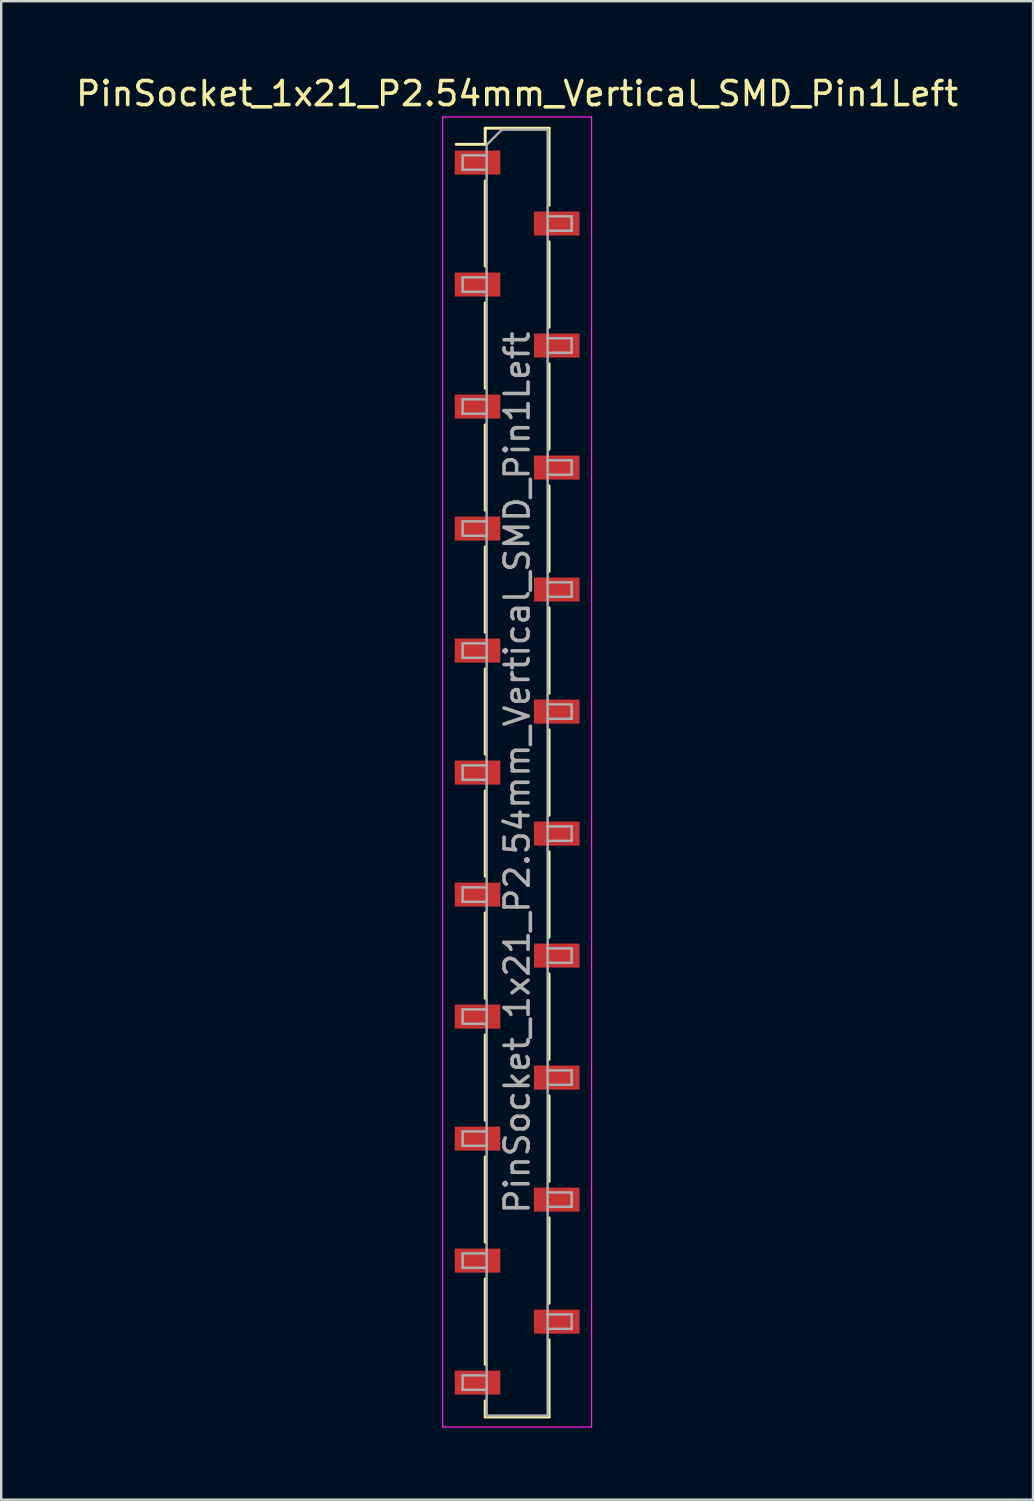
<source format=kicad_pcb>
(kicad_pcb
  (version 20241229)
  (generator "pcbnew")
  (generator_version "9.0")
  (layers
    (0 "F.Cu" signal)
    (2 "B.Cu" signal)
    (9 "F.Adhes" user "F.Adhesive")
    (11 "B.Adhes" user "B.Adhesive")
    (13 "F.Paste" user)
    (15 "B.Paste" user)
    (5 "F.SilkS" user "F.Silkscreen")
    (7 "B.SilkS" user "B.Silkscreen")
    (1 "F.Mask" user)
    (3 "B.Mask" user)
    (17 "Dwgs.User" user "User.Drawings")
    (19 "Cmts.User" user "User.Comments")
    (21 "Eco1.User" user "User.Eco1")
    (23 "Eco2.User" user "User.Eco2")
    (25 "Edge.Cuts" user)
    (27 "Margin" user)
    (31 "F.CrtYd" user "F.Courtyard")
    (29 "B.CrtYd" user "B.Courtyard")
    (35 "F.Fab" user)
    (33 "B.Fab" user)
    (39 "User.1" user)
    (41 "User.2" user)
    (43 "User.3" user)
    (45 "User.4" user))
  (footprint "PinSocket_1x21_P2.54mm_Vertical_SMD_Pin1Left"
    (layer "F.Cu")
    (at 18.482 29.118)
    (property "Reference" "PinSocket_1x21_P2.54mm_Vertical_SMD_Pin1Left" (at 0 -28.27 0) (layer "F.SilkS") (effects (font (size 1 1) (thickness 0.15))))
    (attr smd)
    (fp_line (start -2.54 -26.16) (end -1.33 -26.16) (stroke (width 0.12) (type solid)) (layer "F.SilkS"))
    (fp_line (start -1.33 -26.83) (end -1.33 -26.16) (stroke (width 0.12) (type solid)) (layer "F.SilkS"))
    (fp_line (start -1.33 -26.83) (end 1.33 -26.83) (stroke (width 0.12) (type solid)) (layer "F.SilkS"))
    (fp_line (start -1.33 -24.64) (end -1.33 -21.08) (stroke (width 0.12) (type solid)) (layer "F.SilkS"))
    (fp_line (start -1.33 -19.56) (end -1.33 -16) (stroke (width 0.12) (type solid)) (layer "F.SilkS"))
    (fp_line (start -1.33 -14.48) (end -1.33 -10.92) (stroke (width 0.12) (type solid)) (layer "F.SilkS"))
    (fp_line (start -1.33 -9.4) (end -1.33 -5.84) (stroke (width 0.12) (type solid)) (layer "F.SilkS"))
    (fp_line (start -1.33 -4.32) (end -1.33 -0.76) (stroke (width 0.12) (type solid)) (layer "F.SilkS"))
    (fp_line (start -1.33 0.76) (end -1.33 4.32) (stroke (width 0.12) (type solid)) (layer "F.SilkS"))
    (fp_line (start -1.33 5.84) (end -1.33 9.4) (stroke (width 0.12) (type solid)) (layer "F.SilkS"))
    (fp_line (start -1.33 10.92) (end -1.33 14.48) (stroke (width 0.12) (type solid)) (layer "F.SilkS"))
    (fp_line (start -1.33 16) (end -1.33 19.56) (stroke (width 0.12) (type solid)) (layer "F.SilkS"))
    (fp_line (start -1.33 21.08) (end -1.33 24.64) (stroke (width 0.12) (type solid)) (layer "F.SilkS"))
    (fp_line (start -1.33 26.16) (end -1.33 26.83) (stroke (width 0.12) (type solid)) (layer "F.SilkS"))
    (fp_line (start -1.33 26.83) (end 1.33 26.83) (stroke (width 0.12) (type solid)) (layer "F.SilkS"))
    (fp_line (start 1.33 -26.83) (end 1.33 -23.62) (stroke (width 0.12) (type solid)) (layer "F.SilkS"))
    (fp_line (start 1.33 -22.1) (end 1.33 -18.54) (stroke (width 0.12) (type solid)) (layer "F.SilkS"))
    (fp_line (start 1.33 -17.02) (end 1.33 -13.46) (stroke (width 0.12) (type solid)) (layer "F.SilkS"))
    (fp_line (start 1.33 -11.94) (end 1.33 -8.38) (stroke (width 0.12) (type solid)) (layer "F.SilkS"))
    (fp_line (start 1.33 -6.86) (end 1.33 -3.3) (stroke (width 0.12) (type solid)) (layer "F.SilkS"))
    (fp_line (start 1.33 -1.78) (end 1.33 1.78) (stroke (width 0.12) (type solid)) (layer "F.SilkS"))
    (fp_line (start 1.33 3.3) (end 1.33 6.86) (stroke (width 0.12) (type solid)) (layer "F.SilkS"))
    (fp_line (start 1.33 8.38) (end 1.33 11.94) (stroke (width 0.12) (type solid)) (layer "F.SilkS"))
    (fp_line (start 1.33 13.46) (end 1.33 17.02) (stroke (width 0.12) (type solid)) (layer "F.SilkS"))
    (fp_line (start 1.33 18.54) (end 1.33 22.1) (stroke (width 0.12) (type solid)) (layer "F.SilkS"))
    (fp_line (start 1.33 23.62) (end 1.33 26.83) (stroke (width 0.12) (type solid)) (layer "F.SilkS"))
    (fp_line (start -3.1 -27.3) (end 3.1 -27.3) (stroke (width 0.05) (type solid)) (layer "F.CrtYd"))
    (fp_line (start -3.1 27.25) (end -3.1 -27.3) (stroke (width 0.05) (type solid)) (layer "F.CrtYd"))
    (fp_line (start 3.1 -27.3) (end 3.1 27.25) (stroke (width 0.05) (type solid)) (layer "F.CrtYd"))
    (fp_line (start 3.1 27.25) (end -3.1 27.25) (stroke (width 0.05) (type solid)) (layer "F.CrtYd"))
    (fp_line (start -2.27 -25.7) (end -1.27 -25.7) (stroke (width 0.1) (type solid)) (layer "F.Fab"))
    (fp_line (start -2.27 -25.1) (end -2.27 -25.7) (stroke (width 0.1) (type solid)) (layer "F.Fab"))
    (fp_line (start -2.27 -20.62) (end -1.27 -20.62) (stroke (width 0.1) (type solid)) (layer "F.Fab"))
    (fp_line (start -2.27 -20.02) (end -2.27 -20.62) (stroke (width 0.1) (type solid)) (layer "F.Fab"))
    (fp_line (start -2.27 -15.54) (end -1.27 -15.54) (stroke (width 0.1) (type solid)) (layer "F.Fab"))
    (fp_line (start -2.27 -14.94) (end -2.27 -15.54) (stroke (width 0.1) (type solid)) (layer "F.Fab"))
    (fp_line (start -2.27 -10.46) (end -1.27 -10.46) (stroke (width 0.1) (type solid)) (layer "F.Fab"))
    (fp_line (start -2.27 -9.86) (end -2.27 -10.46) (stroke (width 0.1) (type solid)) (layer "F.Fab"))
    (fp_line (start -2.27 -5.38) (end -1.27 -5.38) (stroke (width 0.1) (type solid)) (layer "F.Fab"))
    (fp_line (start -2.27 -4.78) (end -2.27 -5.38) (stroke (width 0.1) (type solid)) (layer "F.Fab"))
    (fp_line (start -2.27 -0.3) (end -1.27 -0.3) (stroke (width 0.1) (type solid)) (layer "F.Fab"))
    (fp_line (start -2.27 0.3) (end -2.27 -0.3) (stroke (width 0.1) (type solid)) (layer "F.Fab"))
    (fp_line (start -2.27 4.78) (end -1.27 4.78) (stroke (width 0.1) (type solid)) (layer "F.Fab"))
    (fp_line (start -2.27 5.38) (end -2.27 4.78) (stroke (width 0.1) (type solid)) (layer "F.Fab"))
    (fp_line (start -2.27 9.86) (end -1.27 9.86) (stroke (width 0.1) (type solid)) (layer "F.Fab"))
    (fp_line (start -2.27 10.46) (end -2.27 9.86) (stroke (width 0.1) (type solid)) (layer "F.Fab"))
    (fp_line (start -2.27 14.94) (end -1.27 14.94) (stroke (width 0.1) (type solid)) (layer "F.Fab"))
    (fp_line (start -2.27 15.54) (end -2.27 14.94) (stroke (width 0.1) (type solid)) (layer "F.Fab"))
    (fp_line (start -2.27 20.02) (end -1.27 20.02) (stroke (width 0.1) (type solid)) (layer "F.Fab"))
    (fp_line (start -2.27 20.62) (end -2.27 20.02) (stroke (width 0.1) (type solid)) (layer "F.Fab"))
    (fp_line (start -2.27 25.1) (end -1.27 25.1) (stroke (width 0.1) (type solid)) (layer "F.Fab"))
    (fp_line (start -2.27 25.7) (end -2.27 25.1) (stroke (width 0.1) (type solid)) (layer "F.Fab"))
    (fp_line (start -1.27 -26.135) (end -0.635 -26.77) (stroke (width 0.1) (type solid)) (layer "F.Fab"))
    (fp_line (start -1.27 -25.1) (end -2.27 -25.1) (stroke (width 0.1) (type solid)) (layer "F.Fab"))
    (fp_line (start -1.27 -20.02) (end -2.27 -20.02) (stroke (width 0.1) (type solid)) (layer "F.Fab"))
    (fp_line (start -1.27 -14.94) (end -2.27 -14.94) (stroke (width 0.1) (type solid)) (layer "F.Fab"))
    (fp_line (start -1.27 -9.86) (end -2.27 -9.86) (stroke (width 0.1) (type solid)) (layer "F.Fab"))
    (fp_line (start -1.27 -4.78) (end -2.27 -4.78) (stroke (width 0.1) (type solid)) (layer "F.Fab"))
    (fp_line (start -1.27 0.3) (end -2.27 0.3) (stroke (width 0.1) (type solid)) (layer "F.Fab"))
    (fp_line (start -1.27 5.38) (end -2.27 5.38) (stroke (width 0.1) (type solid)) (layer "F.Fab"))
    (fp_line (start -1.27 10.46) (end -2.27 10.46) (stroke (width 0.1) (type solid)) (layer "F.Fab"))
    (fp_line (start -1.27 15.54) (end -2.27 15.54) (stroke (width 0.1) (type solid)) (layer "F.Fab"))
    (fp_line (start -1.27 20.62) (end -2.27 20.62) (stroke (width 0.1) (type solid)) (layer "F.Fab"))
    (fp_line (start -1.27 25.7) (end -2.27 25.7) (stroke (width 0.1) (type solid)) (layer "F.Fab"))
    (fp_line (start -1.27 26.77) (end -1.27 -26.135) (stroke (width 0.1) (type solid)) (layer "F.Fab"))
    (fp_line (start -0.635 -26.77) (end 1.27 -26.77) (stroke (width 0.1) (type solid)) (layer "F.Fab"))
    (fp_line (start 1.27 -26.77) (end 1.27 26.77) (stroke (width 0.1) (type solid)) (layer "F.Fab"))
    (fp_line (start 1.27 -23.16) (end 2.27 -23.16) (stroke (width 0.1) (type solid)) (layer "F.Fab"))
    (fp_line (start 1.27 -18.08) (end 2.27 -18.08) (stroke (width 0.1) (type solid)) (layer "F.Fab"))
    (fp_line (start 1.27 -13) (end 2.27 -13) (stroke (width 0.1) (type solid)) (layer "F.Fab"))
    (fp_line (start 1.27 -7.92) (end 2.27 -7.92) (stroke (width 0.1) (type solid)) (layer "F.Fab"))
    (fp_line (start 1.27 -2.84) (end 2.27 -2.84) (stroke (width 0.1) (type solid)) (layer "F.Fab"))
    (fp_line (start 1.27 2.24) (end 2.27 2.24) (stroke (width 0.1) (type solid)) (layer "F.Fab"))
    (fp_line (start 1.27 7.32) (end 2.27 7.32) (stroke (width 0.1) (type solid)) (layer "F.Fab"))
    (fp_line (start 1.27 12.4) (end 2.27 12.4) (stroke (width 0.1) (type solid)) (layer "F.Fab"))
    (fp_line (start 1.27 17.48) (end 2.27 17.48) (stroke (width 0.1) (type solid)) (layer "F.Fab"))
    (fp_line (start 1.27 22.56) (end 2.27 22.56) (stroke (width 0.1) (type solid)) (layer "F.Fab"))
    (fp_line (start 1.27 26.77) (end -1.27 26.77) (stroke (width 0.1) (type solid)) (layer "F.Fab"))
    (fp_line (start 2.27 -23.16) (end 2.27 -22.56) (stroke (width 0.1) (type solid)) (layer "F.Fab"))
    (fp_line (start 2.27 -22.56) (end 1.27 -22.56) (stroke (width 0.1) (type solid)) (layer "F.Fab"))
    (fp_line (start 2.27 -18.08) (end 2.27 -17.48) (stroke (width 0.1) (type solid)) (layer "F.Fab"))
    (fp_line (start 2.27 -17.48) (end 1.27 -17.48) (stroke (width 0.1) (type solid)) (layer "F.Fab"))
    (fp_line (start 2.27 -13) (end 2.27 -12.4) (stroke (width 0.1) (type solid)) (layer "F.Fab"))
    (fp_line (start 2.27 -12.4) (end 1.27 -12.4) (stroke (width 0.1) (type solid)) (layer "F.Fab"))
    (fp_line (start 2.27 -7.92) (end 2.27 -7.32) (stroke (width 0.1) (type solid)) (layer "F.Fab"))
    (fp_line (start 2.27 -7.32) (end 1.27 -7.32) (stroke (width 0.1) (type solid)) (layer "F.Fab"))
    (fp_line (start 2.27 -2.84) (end 2.27 -2.24) (stroke (width 0.1) (type solid)) (layer "F.Fab"))
    (fp_line (start 2.27 -2.24) (end 1.27 -2.24) (stroke (width 0.1) (type solid)) (layer "F.Fab"))
    (fp_line (start 2.27 2.24) (end 2.27 2.84) (stroke (width 0.1) (type solid)) (layer "F.Fab"))
    (fp_line (start 2.27 2.84) (end 1.27 2.84) (stroke (width 0.1) (type solid)) (layer "F.Fab"))
    (fp_line (start 2.27 7.32) (end 2.27 7.92) (stroke (width 0.1) (type solid)) (layer "F.Fab"))
    (fp_line (start 2.27 7.92) (end 1.27 7.92) (stroke (width 0.1) (type solid)) (layer "F.Fab"))
    (fp_line (start 2.27 12.4) (end 2.27 13) (stroke (width 0.1) (type solid)) (layer "F.Fab"))
    (fp_line (start 2.27 13) (end 1.27 13) (stroke (width 0.1) (type solid)) (layer "F.Fab"))
    (fp_line (start 2.27 17.48) (end 2.27 18.08) (stroke (width 0.1) (type solid)) (layer "F.Fab"))
    (fp_line (start 2.27 18.08) (end 1.27 18.08) (stroke (width 0.1) (type solid)) (layer "F.Fab"))
    (fp_line (start 2.27 22.56) (end 2.27 23.16) (stroke (width 0.1) (type solid)) (layer "F.Fab"))
    (fp_line (start 2.27 23.16) (end 1.27 23.16) (stroke (width 0.1) (type solid)) (layer "F.Fab"))
    (fp_text user "${REFERENCE}" (at 0 0 90) (layer "F.Fab") (effects (font (size 1 1) (thickness 0.15))))
    (pad "1" smd rect (at -1.65 -25.4) (size 1.9 1) (layers "F.Cu" "F.Mask" "F.Paste"))
    (pad "2" smd rect (at 1.65 -22.86) (size 1.9 1) (layers "F.Cu" "F.Mask" "F.Paste"))
    (pad "3" smd rect (at -1.65 -20.32) (size 1.9 1) (layers "F.Cu" "F.Mask" "F.Paste"))
    (pad "4" smd rect (at 1.65 -17.78) (size 1.9 1) (layers "F.Cu" "F.Mask" "F.Paste"))
    (pad "5" smd rect (at -1.65 -15.24) (size 1.9 1) (layers "F.Cu" "F.Mask" "F.Paste"))
    (pad "6" smd rect (at 1.65 -12.7) (size 1.9 1) (layers "F.Cu" "F.Mask" "F.Paste"))
    (pad "7" smd rect (at -1.65 -10.16) (size 1.9 1) (layers "F.Cu" "F.Mask" "F.Paste"))
    (pad "8" smd rect (at 1.65 -7.62) (size 1.9 1) (layers "F.Cu" "F.Mask" "F.Paste"))
    (pad "9" smd rect (at -1.65 -5.08) (size 1.9 1) (layers "F.Cu" "F.Mask" "F.Paste"))
    (pad "10" smd rect (at 1.65 -2.54) (size 1.9 1) (layers "F.Cu" "F.Mask" "F.Paste"))
    (pad "11" smd rect (at -1.65 0) (size 1.9 1) (layers "F.Cu" "F.Mask" "F.Paste"))
    (pad "12" smd rect (at 1.65 2.54) (size 1.9 1) (layers "F.Cu" "F.Mask" "F.Paste"))
    (pad "13" smd rect (at -1.65 5.08) (size 1.9 1) (layers "F.Cu" "F.Mask" "F.Paste"))
    (pad "14" smd rect (at 1.65 7.62) (size 1.9 1) (layers "F.Cu" "F.Mask" "F.Paste"))
    (pad "15" smd rect (at -1.65 10.16) (size 1.9 1) (layers "F.Cu" "F.Mask" "F.Paste"))
    (pad "16" smd rect (at 1.65 12.7) (size 1.9 1) (layers "F.Cu" "F.Mask" "F.Paste"))
    (pad "17" smd rect (at -1.65 15.24) (size 1.9 1) (layers "F.Cu" "F.Mask" "F.Paste"))
    (pad "18" smd rect (at 1.65 17.78) (size 1.9 1) (layers "F.Cu" "F.Mask" "F.Paste"))
    (pad "19" smd rect (at -1.65 20.32) (size 1.9 1) (layers "F.Cu" "F.Mask" "F.Paste"))
    (pad "20" smd rect (at 1.65 22.86) (size 1.9 1) (layers "F.Cu" "F.Mask" "F.Paste"))
    (pad "21" smd rect (at -1.65 25.4) (size 1.9 1) (layers "F.Cu" "F.Mask" "F.Paste")))
  (gr_rect
    (start -3 -3)
    (end 39.964 59.393)
    (stroke (width 0.1) (type default))
    (fill no)
    (layer "Edge.Cuts")))
</source>
